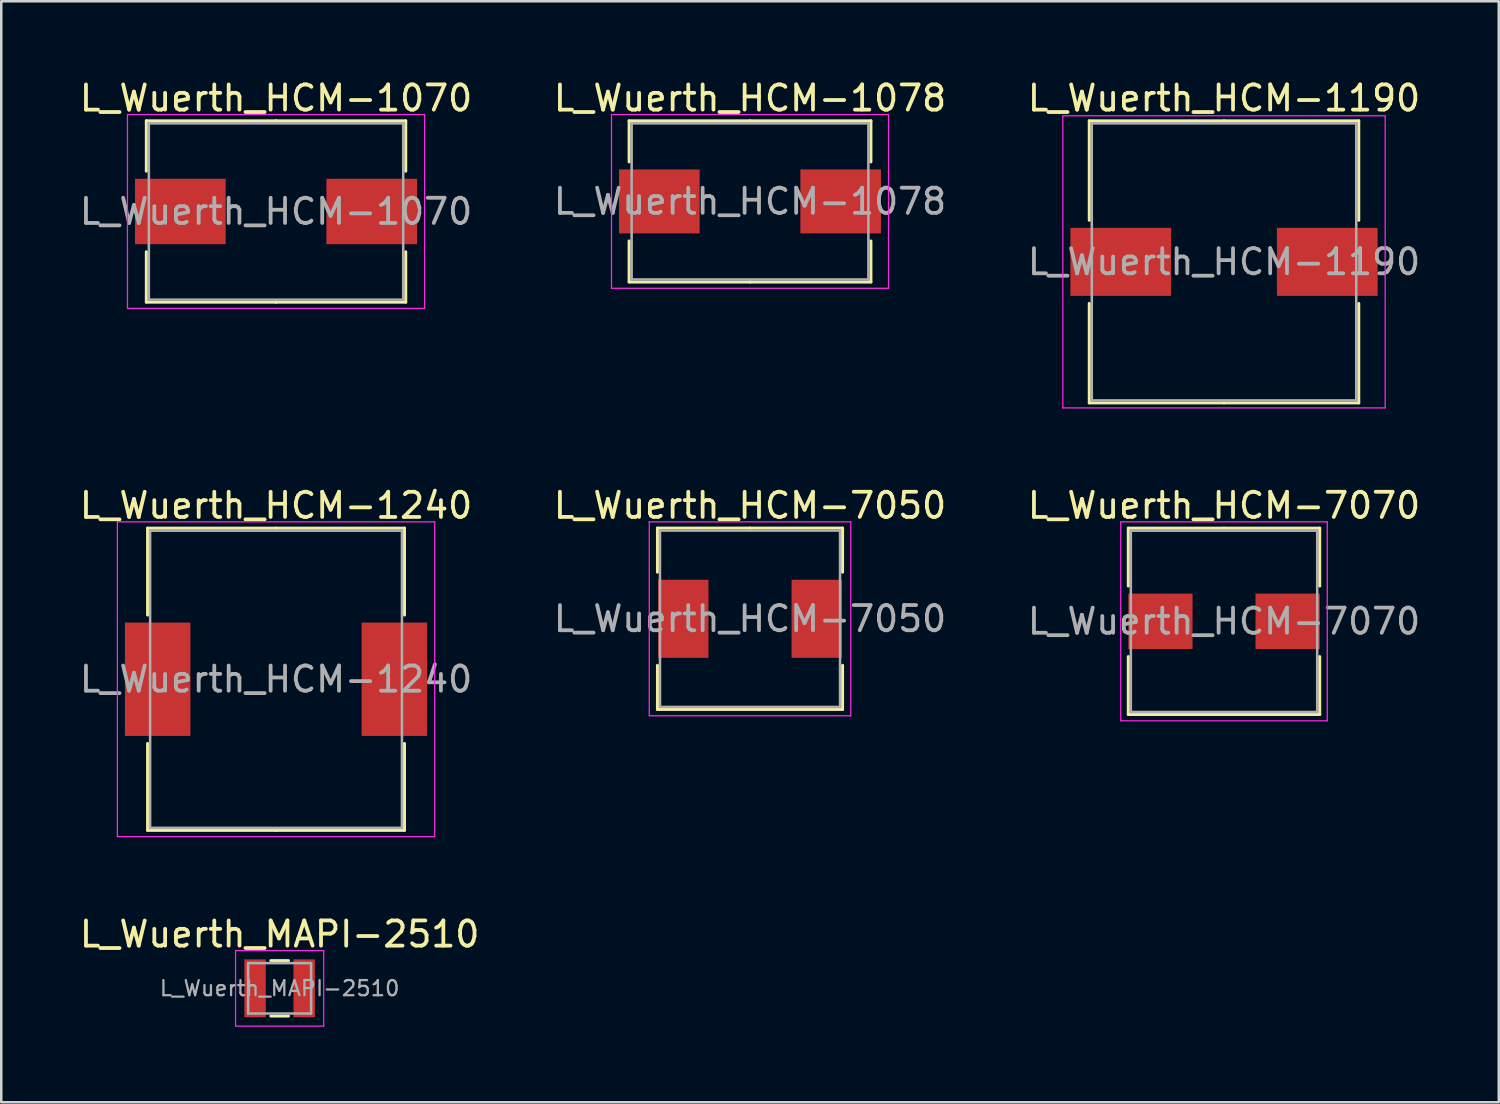
<source format=kicad_pcb>
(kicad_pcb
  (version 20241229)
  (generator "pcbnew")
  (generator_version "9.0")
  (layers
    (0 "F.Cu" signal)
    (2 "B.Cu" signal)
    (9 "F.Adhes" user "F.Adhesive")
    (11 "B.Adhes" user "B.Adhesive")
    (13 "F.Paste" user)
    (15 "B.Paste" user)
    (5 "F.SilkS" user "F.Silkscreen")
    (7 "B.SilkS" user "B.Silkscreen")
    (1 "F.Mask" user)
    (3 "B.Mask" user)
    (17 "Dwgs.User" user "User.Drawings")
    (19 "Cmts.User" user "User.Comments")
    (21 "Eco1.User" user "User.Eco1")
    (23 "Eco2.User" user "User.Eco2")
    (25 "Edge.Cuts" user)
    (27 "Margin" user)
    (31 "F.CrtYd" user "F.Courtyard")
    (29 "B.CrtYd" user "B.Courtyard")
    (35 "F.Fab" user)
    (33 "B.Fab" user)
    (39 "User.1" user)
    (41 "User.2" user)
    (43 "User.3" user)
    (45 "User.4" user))
  (footprint "L_Wuerth_HCM-1190"
    (layer "F.Cu")
    (at 45.554 7.348)
    (property "Reference" "L_Wuerth_HCM-1190" (at 0 -6.5 0) (layer "F.SilkS") (effects (font (size 1 1) (thickness 0.15))))
    (attr smd)
    (fp_line (start -5.35 -5.6) (end 0 -5.6) (stroke (width 0.12) (type solid)) (layer "F.SilkS"))
    (fp_line (start -5.35 -1.65) (end -5.35 -5.6) (stroke (width 0.12) (type solid)) (layer "F.SilkS"))
    (fp_line (start -5.35 1.65) (end -5.35 5.6) (stroke (width 0.12) (type solid)) (layer "F.SilkS"))
    (fp_line (start -5.35 5.6) (end 0 5.6) (stroke (width 0.12) (type solid)) (layer "F.SilkS"))
    (fp_line (start 5.35 -5.6) (end 0 -5.6) (stroke (width 0.12) (type solid)) (layer "F.SilkS"))
    (fp_line (start 5.35 -1.65) (end 5.35 -5.6) (stroke (width 0.12) (type solid)) (layer "F.SilkS"))
    (fp_line (start 5.35 1.65) (end 5.35 5.6) (stroke (width 0.12) (type solid)) (layer "F.SilkS"))
    (fp_line (start 5.35 5.6) (end 0 5.6) (stroke (width 0.12) (type solid)) (layer "F.SilkS"))
    (fp_line (start -6.4 -5.8) (end -6.4 5.8) (stroke (width 0.05) (type solid)) (layer "F.CrtYd"))
    (fp_line (start -6.4 5.8) (end 6.4 5.8) (stroke (width 0.05) (type solid)) (layer "F.CrtYd"))
    (fp_line (start 6.4 -5.8) (end -6.4 -5.8) (stroke (width 0.05) (type solid)) (layer "F.CrtYd"))
    (fp_line (start 6.4 5.8) (end 6.4 -5.8) (stroke (width 0.05) (type solid)) (layer "F.CrtYd"))
    (fp_line (start -5.25 -5.5) (end -5.25 5.5) (stroke (width 0.1) (type solid)) (layer "F.Fab"))
    (fp_line (start -5.25 5.5) (end 5.25 5.5) (stroke (width 0.1) (type solid)) (layer "F.Fab"))
    (fp_line (start 5.25 -5.5) (end -5.25 -5.5) (stroke (width 0.1) (type solid)) (layer "F.Fab"))
    (fp_line (start 5.25 5.5) (end 5.25 -5.5) (stroke (width 0.1) (type solid)) (layer "F.Fab"))
    (fp_text user "${REFERENCE}" (at 0 0 0) (layer "F.Fab") (effects (font (size 1 1) (thickness 0.15))))
    (pad "1" smd rect (at -4.1 0) (size 4 2.7) (layers "F.Cu" "F.Mask" "F.Paste"))
    (pad "2" smd rect (at 4.1 0) (size 4 2.7) (layers "F.Cu" "F.Mask" "F.Paste")))
  (footprint "L_Wuerth_HCM-1070"
    (layer "F.Cu")
    (at 7.911 5.348)
    (property "Reference" "L_Wuerth_HCM-1070" (at 0 -4.5 0) (layer "F.SilkS") (effects (font (size 1 1) (thickness 0.15))))
    (attr smd)
    (fp_line (start -5.15 -3.6) (end 0 -3.6) (stroke (width 0.12) (type solid)) (layer "F.SilkS"))
    (fp_line (start -5.15 -1.6) (end -5.15 -3.6) (stroke (width 0.12) (type solid)) (layer "F.SilkS"))
    (fp_line (start -5.15 1.6) (end -5.15 3.6) (stroke (width 0.12) (type solid)) (layer "F.SilkS"))
    (fp_line (start -5.15 3.6) (end 0 3.6) (stroke (width 0.12) (type solid)) (layer "F.SilkS"))
    (fp_line (start 5.15 -3.6) (end 0 -3.6) (stroke (width 0.12) (type solid)) (layer "F.SilkS"))
    (fp_line (start 5.15 -1.6) (end 5.15 -3.6) (stroke (width 0.12) (type solid)) (layer "F.SilkS"))
    (fp_line (start 5.15 1.6) (end 5.15 3.6) (stroke (width 0.12) (type solid)) (layer "F.SilkS"))
    (fp_line (start 5.15 3.6) (end 0 3.6) (stroke (width 0.12) (type solid)) (layer "F.SilkS"))
    (fp_line (start -5.9 -3.85) (end -5.9 3.85) (stroke (width 0.05) (type solid)) (layer "F.CrtYd"))
    (fp_line (start -5.9 3.85) (end 5.9 3.85) (stroke (width 0.05) (type solid)) (layer "F.CrtYd"))
    (fp_line (start 5.9 -3.85) (end -5.9 -3.85) (stroke (width 0.05) (type solid)) (layer "F.CrtYd"))
    (fp_line (start 5.9 3.85) (end 5.9 -3.85) (stroke (width 0.05) (type solid)) (layer "F.CrtYd"))
    (fp_line (start -5.05 -3.5) (end -5.05 3.5) (stroke (width 0.1) (type solid)) (layer "F.Fab"))
    (fp_line (start -5.05 3.5) (end 5.05 3.5) (stroke (width 0.1) (type solid)) (layer "F.Fab"))
    (fp_line (start 5.05 -3.5) (end -5.05 -3.5) (stroke (width 0.1) (type solid)) (layer "F.Fab"))
    (fp_line (start 5.05 3.5) (end 5.05 -3.5) (stroke (width 0.1) (type solid)) (layer "F.Fab"))
    (fp_text user "${REFERENCE}" (at 0 0 0) (layer "F.Fab") (effects (font (size 1 1) (thickness 0.15))))
    (pad "1" smd rect (at -3.8 0) (size 3.6 2.6) (layers "F.Cu" "F.Mask" "F.Paste"))
    (pad "2" smd rect (at 3.8 0) (size 3.6 2.6) (layers "F.Cu" "F.Mask" "F.Paste")))
  (footprint "L_Wuerth_HCM-1078"
    (layer "F.Cu")
    (at 26.732 4.948)
    (property "Reference" "L_Wuerth_HCM-1078" (at 0 -4.1 0) (layer "F.SilkS") (effects (font (size 1 1) (thickness 0.15))))
    (attr smd)
    (fp_line (start -4.8 -3.2) (end 0 -3.2) (stroke (width 0.12) (type solid)) (layer "F.SilkS"))
    (fp_line (start -4.8 -1.57) (end -4.8 -3.2) (stroke (width 0.12) (type solid)) (layer "F.SilkS"))
    (fp_line (start -4.8 1.57) (end -4.8 3.2) (stroke (width 0.12) (type solid)) (layer "F.SilkS"))
    (fp_line (start -4.8 3.2) (end 0 3.2) (stroke (width 0.12) (type solid)) (layer "F.SilkS"))
    (fp_line (start 4.8 -3.2) (end 0 -3.2) (stroke (width 0.12) (type solid)) (layer "F.SilkS"))
    (fp_line (start 4.8 -1.57) (end 4.8 -3.2) (stroke (width 0.12) (type solid)) (layer "F.SilkS"))
    (fp_line (start 4.8 1.57) (end 4.8 3.2) (stroke (width 0.12) (type solid)) (layer "F.SilkS"))
    (fp_line (start 4.8 3.2) (end 0 3.2) (stroke (width 0.12) (type solid)) (layer "F.SilkS"))
    (fp_line (start -5.5 -3.45) (end -5.5 3.45) (stroke (width 0.05) (type solid)) (layer "F.CrtYd"))
    (fp_line (start -5.5 3.45) (end 5.5 3.45) (stroke (width 0.05) (type solid)) (layer "F.CrtYd"))
    (fp_line (start 5.5 -3.45) (end -5.5 -3.45) (stroke (width 0.05) (type solid)) (layer "F.CrtYd"))
    (fp_line (start 5.5 3.45) (end 5.5 -3.45) (stroke (width 0.05) (type solid)) (layer "F.CrtYd"))
    (fp_line (start -4.7 -3.1) (end -4.7 3.1) (stroke (width 0.1) (type solid)) (layer "F.Fab"))
    (fp_line (start -4.7 3.1) (end 4.7 3.1) (stroke (width 0.1) (type solid)) (layer "F.Fab"))
    (fp_line (start 4.7 -3.1) (end -4.7 -3.1) (stroke (width 0.1) (type solid)) (layer "F.Fab"))
    (fp_line (start 4.7 3.1) (end 4.7 -3.1) (stroke (width 0.1) (type solid)) (layer "F.Fab"))
    (fp_text user "${REFERENCE}" (at 0 0 0) (layer "F.Fab") (effects (font (size 1 1) (thickness 0.15))))
    (pad "1" smd rect (at -3.6 0) (size 3.2 2.54) (layers "F.Cu" "F.Mask" "F.Paste"))
    (pad "2" smd rect (at 3.6 0) (size 3.2 2.54) (layers "F.Cu" "F.Mask" "F.Paste")))
  (footprint "L_Wuerth_HCM-7070"
    (layer "F.Cu")
    (at 45.554 21.622)
    (property "Reference" "L_Wuerth_HCM-7070" (at 0 -4.6 0) (layer "F.SilkS") (effects (font (size 1 1) (thickness 0.15))))
    (attr smd)
    (fp_line (start -3.8 -3.7) (end 0 -3.7) (stroke (width 0.12) (type solid)) (layer "F.SilkS"))
    (fp_line (start -3.8 -1.4) (end -3.8 -3.7) (stroke (width 0.12) (type solid)) (layer "F.SilkS"))
    (fp_line (start -3.8 1.4) (end -3.8 3.7) (stroke (width 0.12) (type solid)) (layer "F.SilkS"))
    (fp_line (start -3.8 3.7) (end 0 3.7) (stroke (width 0.12) (type solid)) (layer "F.SilkS"))
    (fp_line (start 3.8 -3.7) (end 0 -3.7) (stroke (width 0.12) (type solid)) (layer "F.SilkS"))
    (fp_line (start 3.8 -1.4) (end 3.8 -3.7) (stroke (width 0.12) (type solid)) (layer "F.SilkS"))
    (fp_line (start 3.8 1.4) (end 3.8 3.7) (stroke (width 0.12) (type solid)) (layer "F.SilkS"))
    (fp_line (start 3.8 3.7) (end 0 3.7) (stroke (width 0.12) (type solid)) (layer "F.SilkS"))
    (fp_line (start -4.1 -3.95) (end -4.1 3.95) (stroke (width 0.05) (type solid)) (layer "F.CrtYd"))
    (fp_line (start -4.1 3.95) (end 4.1 3.95) (stroke (width 0.05) (type solid)) (layer "F.CrtYd"))
    (fp_line (start 4.1 -3.95) (end -4.1 -3.95) (stroke (width 0.05) (type solid)) (layer "F.CrtYd"))
    (fp_line (start 4.1 3.95) (end 4.1 -3.95) (stroke (width 0.05) (type solid)) (layer "F.CrtYd"))
    (fp_line (start -3.7 -3.6) (end -3.7 3.6) (stroke (width 0.1) (type solid)) (layer "F.Fab"))
    (fp_line (start -3.7 3.6) (end 3.7 3.6) (stroke (width 0.1) (type solid)) (layer "F.Fab"))
    (fp_line (start 3.7 -3.6) (end -3.7 -3.6) (stroke (width 0.1) (type solid)) (layer "F.Fab"))
    (fp_line (start 3.7 3.6) (end 3.7 -3.6) (stroke (width 0.1) (type solid)) (layer "F.Fab"))
    (fp_text user "${REFERENCE}" (at 0 0 0) (layer "F.Fab") (effects (font (size 1 1) (thickness 0.15))))
    (pad "1" smd rect (at -2.525 0) (size 2.55 2.2) (layers "F.Cu" "F.Mask" "F.Paste"))
    (pad "2" smd rect (at 2.525 0) (size 2.55 2.2) (layers "F.Cu" "F.Mask" "F.Paste")))
  (footprint "L_Wuerth_MAPI-2510"
    (layer "F.Cu")
    (at 8.054 36.195)
    (property "Reference" "L_Wuerth_MAPI-2510" (at 0 -2.15 0) (layer "F.SilkS") (effects (font (size 1 1) (thickness 0.15))))
    (attr smd)
    (fp_line (start -0.35 -1.1) (end 0.35 -1.1) (stroke (width 0.12) (type solid)) (layer "F.SilkS"))
    (fp_line (start -0.35 1.1) (end 0.35 1.1) (stroke (width 0.12) (type solid)) (layer "F.SilkS"))
    (fp_line (start -1.75 -1.5) (end -1.75 1.5) (stroke (width 0.05) (type solid)) (layer "F.CrtYd"))
    (fp_line (start -1.75 1.5) (end 1.75 1.5) (stroke (width 0.05) (type solid)) (layer "F.CrtYd"))
    (fp_line (start 1.75 -1.5) (end -1.75 -1.5) (stroke (width 0.05) (type solid)) (layer "F.CrtYd"))
    (fp_line (start 1.75 1.5) (end 1.75 -1.5) (stroke (width 0.05) (type solid)) (layer "F.CrtYd"))
    (fp_line (start -1.25 -1) (end -1.25 1) (stroke (width 0.1) (type solid)) (layer "F.Fab"))
    (fp_line (start -1.25 1) (end 1.25 1) (stroke (width 0.1) (type solid)) (layer "F.Fab"))
    (fp_line (start 1.25 -1) (end -1.25 -1) (stroke (width 0.1) (type solid)) (layer "F.Fab"))
    (fp_line (start 1.25 1) (end 1.25 -1) (stroke (width 0.1) (type solid)) (layer "F.Fab"))
    (fp_text user "${REFERENCE}" (at 0 0 0) (layer "F.Fab") (effects (font (size 0.6 0.6) (thickness 0.09))))
    (pad "1" smd rect (at -0.975 0) (size 0.85 2.3) (layers "F.Cu" "F.Mask" "F.Paste"))
    (pad "2" smd rect (at 0.975 0) (size 0.85 2.3) (layers "F.Cu" "F.Mask" "F.Paste")))
  (footprint "L_Wuerth_HCM-1240"
    (layer "F.Cu")
    (at 7.911 23.922)
    (property "Reference" "L_Wuerth_HCM-1240" (at 0 -6.9 0) (layer "F.SilkS") (effects (font (size 1 1) (thickness 0.15))))
    (attr smd)
    (fp_line (start -5.1 -6) (end 0 -6) (stroke (width 0.12) (type solid)) (layer "F.SilkS"))
    (fp_line (start -5.1 -2.55) (end -5.1 -6) (stroke (width 0.12) (type solid)) (layer "F.SilkS"))
    (fp_line (start -5.1 2.55) (end -5.1 6) (stroke (width 0.12) (type solid)) (layer "F.SilkS"))
    (fp_line (start -5.1 6) (end 0 6) (stroke (width 0.12) (type solid)) (layer "F.SilkS"))
    (fp_line (start 5.1 -6) (end 0 -6) (stroke (width 0.12) (type solid)) (layer "F.SilkS"))
    (fp_line (start 5.1 -2.55) (end 5.1 -6) (stroke (width 0.12) (type solid)) (layer "F.SilkS"))
    (fp_line (start 5.1 2.55) (end 5.1 6) (stroke (width 0.12) (type solid)) (layer "F.SilkS"))
    (fp_line (start 5.1 6) (end 0 6) (stroke (width 0.12) (type solid)) (layer "F.SilkS"))
    (fp_line (start -6.3 -6.25) (end -6.3 6.25) (stroke (width 0.05) (type solid)) (layer "F.CrtYd"))
    (fp_line (start -6.3 6.25) (end 6.3 6.25) (stroke (width 0.05) (type solid)) (layer "F.CrtYd"))
    (fp_line (start 6.3 -6.25) (end -6.3 -6.25) (stroke (width 0.05) (type solid)) (layer "F.CrtYd"))
    (fp_line (start 6.3 6.25) (end 6.3 -6.25) (stroke (width 0.05) (type solid)) (layer "F.CrtYd"))
    (fp_line (start -5 -5.9) (end -5 5.9) (stroke (width 0.1) (type solid)) (layer "F.Fab"))
    (fp_line (start -5 5.9) (end 5 5.9) (stroke (width 0.1) (type solid)) (layer "F.Fab"))
    (fp_line (start 5 -5.9) (end -5 -5.9) (stroke (width 0.1) (type solid)) (layer "F.Fab"))
    (fp_line (start 5 5.9) (end 5 -5.9) (stroke (width 0.1) (type solid)) (layer "F.Fab"))
    (fp_text user "${REFERENCE}" (at 0 0 0) (layer "F.Fab") (effects (font (size 1 1) (thickness 0.15))))
    (pad "1" smd rect (at -4.7 0) (size 2.6 4.5) (layers "F.Cu" "F.Mask" "F.Paste"))
    (pad "2" smd rect (at 4.7 0) (size 2.6 4.5) (layers "F.Cu" "F.Mask" "F.Paste")))
  (footprint "L_Wuerth_HCM-7050"
    (layer "F.Cu")
    (at 26.732 21.521)
    (property "Reference" "L_Wuerth_HCM-7050" (at 0 -4.5 0) (layer "F.SilkS") (effects (font (size 1 1) (thickness 0.15))))
    (attr smd)
    (fp_line (start -3.675 -3.6) (end 0 -3.6) (stroke (width 0.12) (type solid)) (layer "F.SilkS"))
    (fp_line (start -3.675 -1.85) (end -3.675 -3.6) (stroke (width 0.12) (type solid)) (layer "F.SilkS"))
    (fp_line (start -3.675 1.85) (end -3.675 3.6) (stroke (width 0.12) (type solid)) (layer "F.SilkS"))
    (fp_line (start -3.675 3.6) (end 0 3.6) (stroke (width 0.12) (type solid)) (layer "F.SilkS"))
    (fp_line (start 3.675 -3.6) (end 0 -3.6) (stroke (width 0.12) (type solid)) (layer "F.SilkS"))
    (fp_line (start 3.675 -1.85) (end 3.675 -3.6) (stroke (width 0.12) (type solid)) (layer "F.SilkS"))
    (fp_line (start 3.675 1.85) (end 3.675 3.6) (stroke (width 0.12) (type solid)) (layer "F.SilkS"))
    (fp_line (start 3.675 3.6) (end 0 3.6) (stroke (width 0.12) (type solid)) (layer "F.SilkS"))
    (fp_line (start -4 -3.85) (end -4 3.85) (stroke (width 0.05) (type solid)) (layer "F.CrtYd"))
    (fp_line (start -4 3.85) (end 4 3.85) (stroke (width 0.05) (type solid)) (layer "F.CrtYd"))
    (fp_line (start 4 -3.85) (end -4 -3.85) (stroke (width 0.05) (type solid)) (layer "F.CrtYd"))
    (fp_line (start 4 3.85) (end 4 -3.85) (stroke (width 0.05) (type solid)) (layer "F.CrtYd"))
    (fp_line (start -3.575 -3.5) (end -3.575 3.5) (stroke (width 0.1) (type solid)) (layer "F.Fab"))
    (fp_line (start -3.575 3.5) (end 3.575 3.5) (stroke (width 0.1) (type solid)) (layer "F.Fab"))
    (fp_line (start 3.575 -3.5) (end -3.575 -3.5) (stroke (width 0.1) (type solid)) (layer "F.Fab"))
    (fp_line (start 3.575 3.5) (end 3.575 -3.5) (stroke (width 0.1) (type solid)) (layer "F.Fab"))
    (fp_text user "${REFERENCE}" (at 0 0 0) (layer "F.Fab") (effects (font (size 1 1) (thickness 0.15))))
    (pad "1" smd rect (at -2.65 0) (size 2 3.1) (layers "F.Cu" "F.Mask" "F.Paste"))
    (pad "2" smd rect (at 2.65 0) (size 2 3.1) (layers "F.Cu" "F.Mask" "F.Paste")))
  (gr_rect
    (start -3 -3)
    (end 56.464 40.72)
    (stroke (width 0.1) (type default))
    (fill no)
    (layer "Edge.Cuts")))
</source>
